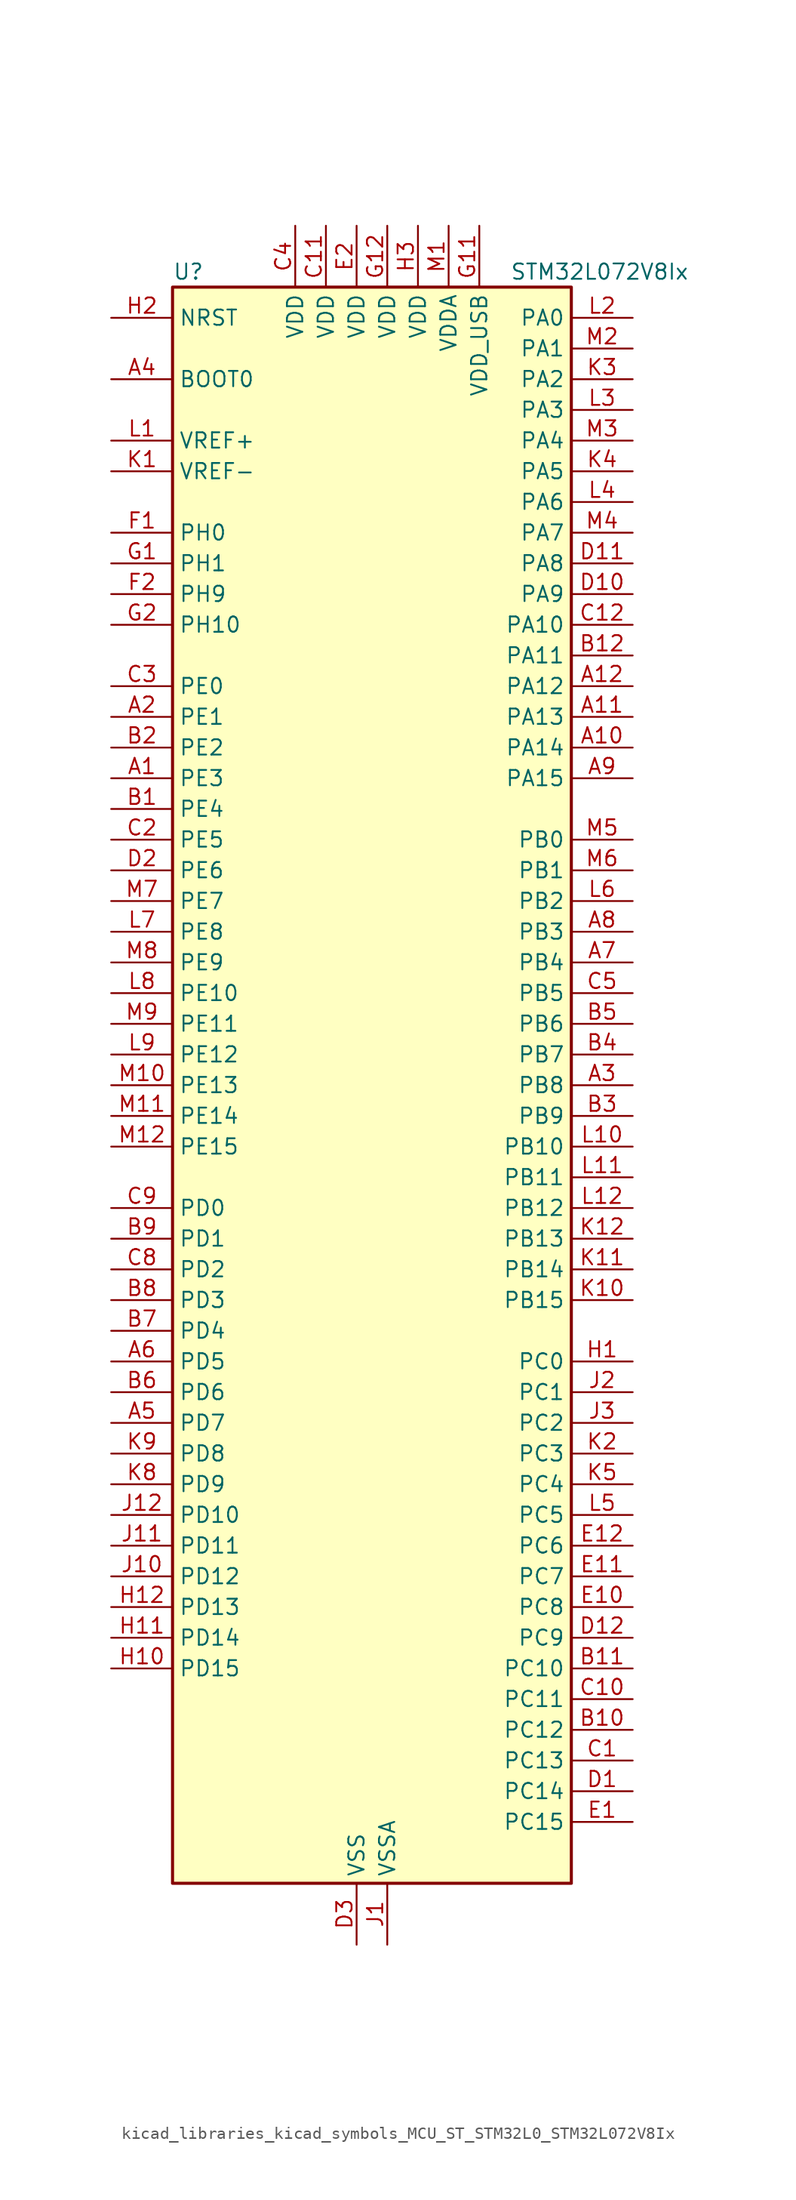
<source format=kicad_sym>
(kicad_symbol_lib
  (version 20220914)
  (generator kicad_symbol_editor)
  (symbol "kicad_libraries_kicad_symbols_MCU_ST_STM32L0_STM32L072V8Ix"
    (property "Reference" "U"
      (at -15.24 67.31 0)
      (effects (font (size 1.27 1.27)) (justify left)))
    (property "Value" "STM32L072V8Ix"
      (at 12.7 67.31 0)
      (effects (font (size 1.27 1.27)) (justify left)))
    (property "ki_locked" ""
      (at 0 0 0)
      (effects (font (size 1.27 1.27))))
    (symbol "kicad_libraries_kicad_symbols_MCU_ST_STM32L0_STM32L072V8Ix_0_1"
      (rectangle (start -15.24 -66.04) (end 17.78 66.04) (stroke (width 0.254) (type default)) (fill (type background))))
    (symbol "kicad_libraries_kicad_symbols_MCU_ST_STM32L0_STM32L072V8Ix_1_1"
      (pin bidirectional line (at -20.32 25.4 0) (length 5.08) (name "PE3" (effects (font (size 1.27 1.27)))) (number "A1" (effects (font (size 1.27 1.27)))) (alternate "TIM22_CH1" bidirectional line) (alternate "TIM3_CH1" bidirectional line))
      (pin bidirectional line (at 22.86 27.94 180) (length 5.08) (name "PA14" (effects (font (size 1.27 1.27)))) (number "A10" (effects (font (size 1.27 1.27)))) (alternate "LPUART1_TX" bidirectional line) (alternate "SYS_SWCLK" bidirectional line) (alternate "USART2_TX" bidirectional line))
      (pin bidirectional line (at 22.86 30.48 180) (length 5.08) (name "PA13" (effects (font (size 1.27 1.27)))) (number "A11" (effects (font (size 1.27 1.27)))) (alternate "LPUART1_RX" bidirectional line) (alternate "SYS_SWDIO" bidirectional line) (alternate "USB_NOE" bidirectional line))
      (pin bidirectional line (at 22.86 33.02 180) (length 5.08) (name "PA12" (effects (font (size 1.27 1.27)))) (number "A12" (effects (font (size 1.27 1.27)))) (alternate "COMP2_OUT" bidirectional line) (alternate "SPI1_MOSI" bidirectional line) (alternate "TSC_G4_IO4" bidirectional line) (alternate "USART1_DE" bidirectional line) (alternate "USART1_RTS" bidirectional line) (alternate "USB_DP" bidirectional line))
      (pin bidirectional line (at -20.32 30.48 0) (length 5.08) (name "PE1" (effects (font (size 1.27 1.27)))) (number "A2" (effects (font (size 1.27 1.27)))))
      (pin bidirectional line (at 22.86 0 180) (length 5.08) (name "PB8" (effects (font (size 1.27 1.27)))) (number "A3" (effects (font (size 1.27 1.27)))) (alternate "I2C1_SCL" bidirectional line) (alternate "TSC_SYNC" bidirectional line))
      (pin input line (at -20.32 58.42 0) (length 5.08) (name "BOOT0" (effects (font (size 1.27 1.27)))) (number "A4" (effects (font (size 1.27 1.27)))))
      (pin bidirectional line (at -20.32 -27.94 0) (length 5.08) (name "PD7" (effects (font (size 1.27 1.27)))) (number "A5" (effects (font (size 1.27 1.27)))) (alternate "TIM21_CH2" bidirectional line) (alternate "USART2_CK" bidirectional line))
      (pin bidirectional line (at -20.32 -22.86 0) (length 5.08) (name "PD5" (effects (font (size 1.27 1.27)))) (number "A6" (effects (font (size 1.27 1.27)))) (alternate "USART2_TX" bidirectional line))
      (pin bidirectional line (at 22.86 10.16 180) (length 5.08) (name "PB4" (effects (font (size 1.27 1.27)))) (number "A7" (effects (font (size 1.27 1.27)))) (alternate "COMP2_INP" bidirectional line) (alternate "I2C3_SDA" bidirectional line) (alternate "SPI1_MISO" bidirectional line) (alternate "TIM22_CH1" bidirectional line) (alternate "TIM3_CH1" bidirectional line) (alternate "TSC_G5_IO2" bidirectional line) (alternate "USART1_CTS" bidirectional line) (alternate "USART5_RX" bidirectional line))
      (pin bidirectional line (at 22.86 12.7 180) (length 5.08) (name "PB3" (effects (font (size 1.27 1.27)))) (number "A8" (effects (font (size 1.27 1.27)))) (alternate "COMP2_INM" bidirectional line) (alternate "SPI1_SCK" bidirectional line) (alternate "TIM2_CH2" bidirectional line) (alternate "TSC_G5_IO1" bidirectional line) (alternate "USART1_DE" bidirectional line) (alternate "USART1_RTS" bidirectional line) (alternate "USART5_TX" bidirectional line))
      (pin bidirectional line (at 22.86 25.4 180) (length 5.08) (name "PA15" (effects (font (size 1.27 1.27)))) (number "A9" (effects (font (size 1.27 1.27)))) (alternate "SPI1_NSS" bidirectional line) (alternate "TIM2_CH1" bidirectional line) (alternate "TIM2_ETR" bidirectional line) (alternate "USART2_RX" bidirectional line) (alternate "USART4_DE" bidirectional line) (alternate "USART4_RTS" bidirectional line))
      (pin bidirectional line (at -20.32 22.86 0) (length 5.08) (name "PE4" (effects (font (size 1.27 1.27)))) (number "B1" (effects (font (size 1.27 1.27)))) (alternate "TIM22_CH2" bidirectional line) (alternate "TIM3_CH2" bidirectional line))
      (pin bidirectional line (at 22.86 -53.34 180) (length 5.08) (name "PC12" (effects (font (size 1.27 1.27)))) (number "B10" (effects (font (size 1.27 1.27)))) (alternate "USART4_CK" bidirectional line) (alternate "USART5_TX" bidirectional line))
      (pin bidirectional line (at 22.86 -48.26 180) (length 5.08) (name "PC10" (effects (font (size 1.27 1.27)))) (number "B11" (effects (font (size 1.27 1.27)))) (alternate "LPUART1_TX" bidirectional line) (alternate "USART4_TX" bidirectional line))
      (pin bidirectional line (at 22.86 35.56 180) (length 5.08) (name "PA11" (effects (font (size 1.27 1.27)))) (number "B12" (effects (font (size 1.27 1.27)))) (alternate "ADC_EXTI11" bidirectional line) (alternate "COMP1_OUT" bidirectional line) (alternate "SPI1_MISO" bidirectional line) (alternate "TSC_G4_IO3" bidirectional line) (alternate "USART1_CTS" bidirectional line) (alternate "USB_DM" bidirectional line))
      (pin bidirectional line (at -20.32 27.94 0) (length 5.08) (name "PE2" (effects (font (size 1.27 1.27)))) (number "B2" (effects (font (size 1.27 1.27)))) (alternate "TIM3_ETR" bidirectional line))
      (pin bidirectional line (at 22.86 -2.54 180) (length 5.08) (name "PB9" (effects (font (size 1.27 1.27)))) (number "B3" (effects (font (size 1.27 1.27)))) (alternate "DAC_EXTI9" bidirectional line) (alternate "I2C1_SDA" bidirectional line) (alternate "I2S2_WS" bidirectional line) (alternate "SPI2_NSS" bidirectional line))
      (pin bidirectional line (at 22.86 2.54 180) (length 5.08) (name "PB7" (effects (font (size 1.27 1.27)))) (number "B4" (effects (font (size 1.27 1.27)))) (alternate "COMP2_INP" bidirectional line) (alternate "I2C1_SDA" bidirectional line) (alternate "LPTIM1_IN2" bidirectional line) (alternate "SYS_PVD_IN" bidirectional line) (alternate "TSC_G5_IO4" bidirectional line) (alternate "USART1_RX" bidirectional line) (alternate "USART4_CTS" bidirectional line))
      (pin bidirectional line (at 22.86 5.08 180) (length 5.08) (name "PB6" (effects (font (size 1.27 1.27)))) (number "B5" (effects (font (size 1.27 1.27)))) (alternate "COMP2_INP" bidirectional line) (alternate "I2C1_SCL" bidirectional line) (alternate "LPTIM1_ETR" bidirectional line) (alternate "TSC_G5_IO3" bidirectional line) (alternate "USART1_TX" bidirectional line))
      (pin bidirectional line (at -20.32 -25.4 0) (length 5.08) (name "PD6" (effects (font (size 1.27 1.27)))) (number "B6" (effects (font (size 1.27 1.27)))) (alternate "USART2_RX" bidirectional line))
      (pin bidirectional line (at -20.32 -20.32 0) (length 5.08) (name "PD4" (effects (font (size 1.27 1.27)))) (number "B7" (effects (font (size 1.27 1.27)))) (alternate "I2S2_SD" bidirectional line) (alternate "SPI2_MOSI" bidirectional line) (alternate "USART2_DE" bidirectional line) (alternate "USART2_RTS" bidirectional line))
      (pin bidirectional line (at -20.32 -17.78 0) (length 5.08) (name "PD3" (effects (font (size 1.27 1.27)))) (number "B8" (effects (font (size 1.27 1.27)))) (alternate "I2S2_MCK" bidirectional line) (alternate "SPI2_MISO" bidirectional line) (alternate "USART2_CTS" bidirectional line))
      (pin bidirectional line (at -20.32 -12.7 0) (length 5.08) (name "PD1" (effects (font (size 1.27 1.27)))) (number "B9" (effects (font (size 1.27 1.27)))) (alternate "I2S2_CK" bidirectional line) (alternate "SPI2_SCK" bidirectional line))
      (pin bidirectional line (at 22.86 -55.88 180) (length 5.08) (name "PC13" (effects (font (size 1.27 1.27)))) (number "C1" (effects (font (size 1.27 1.27)))) (alternate "RTC_OUT_ALARM" bidirectional line) (alternate "RTC_OUT_CALIB" bidirectional line) (alternate "RTC_TAMP1" bidirectional line) (alternate "RTC_TS" bidirectional line) (alternate "SYS_WKUP2" bidirectional line))
      (pin bidirectional line (at 22.86 -50.8 180) (length 5.08) (name "PC11" (effects (font (size 1.27 1.27)))) (number "C10" (effects (font (size 1.27 1.27)))) (alternate "ADC_EXTI11" bidirectional line) (alternate "LPUART1_RX" bidirectional line) (alternate "USART4_RX" bidirectional line))
      (pin power_in line (at -2.54 71.12 270) (length 5.08) (name "VDD" (effects (font (size 1.27 1.27)))) (number "C11" (effects (font (size 1.27 1.27)))))
      (pin bidirectional line (at 22.86 38.1 180) (length 5.08) (name "PA10" (effects (font (size 1.27 1.27)))) (number "C12" (effects (font (size 1.27 1.27)))) (alternate "I2C1_SDA" bidirectional line) (alternate "TSC_G4_IO2" bidirectional line) (alternate "USART1_RX" bidirectional line))
      (pin bidirectional line (at -20.32 20.32 0) (length 5.08) (name "PE5" (effects (font (size 1.27 1.27)))) (number "C2" (effects (font (size 1.27 1.27)))) (alternate "TIM21_CH1" bidirectional line) (alternate "TIM3_CH3" bidirectional line))
      (pin bidirectional line (at -20.32 33.02 0) (length 5.08) (name "PE0" (effects (font (size 1.27 1.27)))) (number "C3" (effects (font (size 1.27 1.27)))))
      (pin power_in line (at -5.08 71.12 270) (length 5.08) (name "VDD" (effects (font (size 1.27 1.27)))) (number "C4" (effects (font (size 1.27 1.27)))))
      (pin bidirectional line (at 22.86 7.62 180) (length 5.08) (name "PB5" (effects (font (size 1.27 1.27)))) (number "C5" (effects (font (size 1.27 1.27)))) (alternate "COMP2_INP" bidirectional line) (alternate "I2C1_SMBA" bidirectional line) (alternate "LPTIM1_IN1" bidirectional line) (alternate "SPI1_MOSI" bidirectional line) (alternate "TIM22_CH2" bidirectional line) (alternate "TIM3_CH2" bidirectional line) (alternate "USART1_CK" bidirectional line) (alternate "USART5_CK" bidirectional line) (alternate "USART5_DE" bidirectional line) (alternate "USART5_RTS" bidirectional line))
      (pin bidirectional line (at -20.32 -15.24 0) (length 5.08) (name "PD2" (effects (font (size 1.27 1.27)))) (number "C8" (effects (font (size 1.27 1.27)))) (alternate "LPUART1_DE" bidirectional line) (alternate "LPUART1_RTS" bidirectional line) (alternate "TIM3_ETR" bidirectional line) (alternate "USART5_RX" bidirectional line))
      (pin bidirectional line (at -20.32 -10.16 0) (length 5.08) (name "PD0" (effects (font (size 1.27 1.27)))) (number "C9" (effects (font (size 1.27 1.27)))) (alternate "I2S2_WS" bidirectional line) (alternate "SPI2_NSS" bidirectional line) (alternate "TIM21_CH1" bidirectional line))
      (pin bidirectional line (at 22.86 -58.42 180) (length 5.08) (name "PC14" (effects (font (size 1.27 1.27)))) (number "D1" (effects (font (size 1.27 1.27)))) (alternate "RCC_OSC32_IN" bidirectional line))
      (pin bidirectional line (at 22.86 40.64 180) (length 5.08) (name "PA9" (effects (font (size 1.27 1.27)))) (number "D10" (effects (font (size 1.27 1.27)))) (alternate "DAC_EXTI9" bidirectional line) (alternate "I2C1_SCL" bidirectional line) (alternate "I2C3_SMBA" bidirectional line) (alternate "RCC_MCO" bidirectional line) (alternate "TSC_G4_IO1" bidirectional line) (alternate "USART1_TX" bidirectional line))
      (pin bidirectional line (at 22.86 43.18 180) (length 5.08) (name "PA8" (effects (font (size 1.27 1.27)))) (number "D11" (effects (font (size 1.27 1.27)))) (alternate "CRS_SYNC" bidirectional line) (alternate "I2C3_SCL" bidirectional line) (alternate "RCC_MCO" bidirectional line) (alternate "USART1_CK" bidirectional line))
      (pin bidirectional line (at 22.86 -45.72 180) (length 5.08) (name "PC9" (effects (font (size 1.27 1.27)))) (number "D12" (effects (font (size 1.27 1.27)))) (alternate "DAC_EXTI9" bidirectional line) (alternate "I2C3_SDA" bidirectional line) (alternate "TIM21_ETR" bidirectional line) (alternate "TIM3_CH4" bidirectional line) (alternate "TSC_G8_IO4" bidirectional line) (alternate "USB_NOE" bidirectional line))
      (pin bidirectional line (at -20.32 17.78 0) (length 5.08) (name "PE6" (effects (font (size 1.27 1.27)))) (number "D2" (effects (font (size 1.27 1.27)))) (alternate "RTC_TAMP3" bidirectional line) (alternate "SYS_WKUP3" bidirectional line) (alternate "TIM21_CH2" bidirectional line) (alternate "TIM3_CH4" bidirectional line))
      (pin power_in line (at 0 -71.12 90) (length 5.08) (name "VSS" (effects (font (size 1.27 1.27)))) (number "D3" (effects (font (size 1.27 1.27)))))
      (pin bidirectional line (at 22.86 -60.96 180) (length 5.08) (name "PC15" (effects (font (size 1.27 1.27)))) (number "E1" (effects (font (size 1.27 1.27)))) (alternate "RCC_OSC32_OUT" bidirectional line))
      (pin bidirectional line (at 22.86 -43.18 180) (length 5.08) (name "PC8" (effects (font (size 1.27 1.27)))) (number "E10" (effects (font (size 1.27 1.27)))) (alternate "TIM22_ETR" bidirectional line) (alternate "TIM3_CH3" bidirectional line) (alternate "TSC_G8_IO3" bidirectional line))
      (pin bidirectional line (at 22.86 -40.64 180) (length 5.08) (name "PC7" (effects (font (size 1.27 1.27)))) (number "E11" (effects (font (size 1.27 1.27)))) (alternate "TIM22_CH2" bidirectional line) (alternate "TIM3_CH2" bidirectional line) (alternate "TSC_G8_IO2" bidirectional line))
      (pin bidirectional line (at 22.86 -38.1 180) (length 5.08) (name "PC6" (effects (font (size 1.27 1.27)))) (number "E12" (effects (font (size 1.27 1.27)))) (alternate "TIM22_CH1" bidirectional line) (alternate "TIM3_CH1" bidirectional line) (alternate "TSC_G8_IO1" bidirectional line))
      (pin power_in line (at 0 71.12 270) (length 5.08) (name "VDD" (effects (font (size 1.27 1.27)))) (number "E2" (effects (font (size 1.27 1.27)))))
      (pin passive line (at 0 -71.12 90) (length 5.08) hide (name "VSS" (effects (font (size 1.27 1.27)))) (number "E3" (effects (font (size 1.27 1.27)))))
      (pin bidirectional line (at -20.32 45.72 0) (length 5.08) (name "PH0" (effects (font (size 1.27 1.27)))) (number "F1" (effects (font (size 1.27 1.27)))) (alternate "CRS_SYNC" bidirectional line) (alternate "RCC_OSC_IN" bidirectional line))
      (pin passive line (at 0 -71.12 90) (length 5.08) hide (name "VSS" (effects (font (size 1.27 1.27)))) (number "F11" (effects (font (size 1.27 1.27)))))
      (pin passive line (at 0 -71.12 90) (length 5.08) hide (name "VSS" (effects (font (size 1.27 1.27)))) (number "F12" (effects (font (size 1.27 1.27)))))
      (pin bidirectional line (at -20.32 40.64 0) (length 5.08) (name "PH9" (effects (font (size 1.27 1.27)))) (number "F2" (effects (font (size 1.27 1.27)))) (alternate "DAC_EXTI9" bidirectional line))
      (pin bidirectional line (at -20.32 43.18 0) (length 5.08) (name "PH1" (effects (font (size 1.27 1.27)))) (number "G1" (effects (font (size 1.27 1.27)))) (alternate "RCC_OSC_OUT" bidirectional line))
      (pin power_in line (at 10.16 71.12 270) (length 5.08) (name "VDD_USB" (effects (font (size 1.27 1.27)))) (number "G11" (effects (font (size 1.27 1.27)))))
      (pin power_in line (at 2.54 71.12 270) (length 5.08) (name "VDD" (effects (font (size 1.27 1.27)))) (number "G12" (effects (font (size 1.27 1.27)))))
      (pin bidirectional line (at -20.32 38.1 0) (length 5.08) (name "PH10" (effects (font (size 1.27 1.27)))) (number "G2" (effects (font (size 1.27 1.27)))))
      (pin bidirectional line (at 22.86 -22.86 180) (length 5.08) (name "PC0" (effects (font (size 1.27 1.27)))) (number "H1" (effects (font (size 1.27 1.27)))) (alternate "ADC_IN10" bidirectional line) (alternate "I2C3_SCL" bidirectional line) (alternate "LPTIM1_IN1" bidirectional line) (alternate "LPUART1_RX" bidirectional line) (alternate "TSC_G7_IO1" bidirectional line))
      (pin bidirectional line (at -20.32 -48.26 0) (length 5.08) (name "PD15" (effects (font (size 1.27 1.27)))) (number "H10" (effects (font (size 1.27 1.27)))) (alternate "CRS_SYNC" bidirectional line))
      (pin bidirectional line (at -20.32 -45.72 0) (length 5.08) (name "PD14" (effects (font (size 1.27 1.27)))) (number "H11" (effects (font (size 1.27 1.27)))))
      (pin bidirectional line (at -20.32 -43.18 0) (length 5.08) (name "PD13" (effects (font (size 1.27 1.27)))) (number "H12" (effects (font (size 1.27 1.27)))))
      (pin input line (at -20.32 63.5 0) (length 5.08) (name "NRST" (effects (font (size 1.27 1.27)))) (number "H2" (effects (font (size 1.27 1.27)))))
      (pin power_in line (at 5.08 71.12 270) (length 5.08) (name "VDD" (effects (font (size 1.27 1.27)))) (number "H3" (effects (font (size 1.27 1.27)))))
      (pin power_in line (at 2.54 -71.12 90) (length 5.08) (name "VSSA" (effects (font (size 1.27 1.27)))) (number "J1" (effects (font (size 1.27 1.27)))))
      (pin bidirectional line (at -20.32 -40.64 0) (length 5.08) (name "PD12" (effects (font (size 1.27 1.27)))) (number "J10" (effects (font (size 1.27 1.27)))) (alternate "LPUART1_DE" bidirectional line) (alternate "LPUART1_RTS" bidirectional line))
      (pin bidirectional line (at -20.32 -38.1 0) (length 5.08) (name "PD11" (effects (font (size 1.27 1.27)))) (number "J11" (effects (font (size 1.27 1.27)))) (alternate "ADC_EXTI11" bidirectional line) (alternate "LPUART1_CTS" bidirectional line))
      (pin bidirectional line (at -20.32 -35.56 0) (length 5.08) (name "PD10" (effects (font (size 1.27 1.27)))) (number "J12" (effects (font (size 1.27 1.27)))))
      (pin bidirectional line (at 22.86 -25.4 180) (length 5.08) (name "PC1" (effects (font (size 1.27 1.27)))) (number "J2" (effects (font (size 1.27 1.27)))) (alternate "ADC_IN11" bidirectional line) (alternate "I2C3_SDA" bidirectional line) (alternate "LPTIM1_OUT" bidirectional line) (alternate "LPUART1_TX" bidirectional line) (alternate "TSC_G7_IO2" bidirectional line))
      (pin bidirectional line (at 22.86 -27.94 180) (length 5.08) (name "PC2" (effects (font (size 1.27 1.27)))) (number "J3" (effects (font (size 1.27 1.27)))) (alternate "ADC_IN12" bidirectional line) (alternate "I2S2_MCK" bidirectional line) (alternate "LPTIM1_IN2" bidirectional line) (alternate "SPI2_MISO" bidirectional line) (alternate "TSC_G7_IO3" bidirectional line))
      (pin input line (at -20.32 50.8 0) (length 5.08) (name "VREF-" (effects (font (size 1.27 1.27)))) (number "K1" (effects (font (size 1.27 1.27)))))
      (pin bidirectional line (at 22.86 -17.78 180) (length 5.08) (name "PB15" (effects (font (size 1.27 1.27)))) (number "K10" (effects (font (size 1.27 1.27)))) (alternate "I2S2_SD" bidirectional line) (alternate "RTC_REFIN" bidirectional line) (alternate "SPI2_MOSI" bidirectional line))
      (pin bidirectional line (at 22.86 -15.24 180) (length 5.08) (name "PB14" (effects (font (size 1.27 1.27)))) (number "K11" (effects (font (size 1.27 1.27)))) (alternate "I2C2_SDA" bidirectional line) (alternate "I2S2_MCK" bidirectional line) (alternate "LPUART1_DE" bidirectional line) (alternate "LPUART1_RTS" bidirectional line) (alternate "RTC_OUT_ALARM" bidirectional line) (alternate "RTC_OUT_CALIB" bidirectional line) (alternate "SPI2_MISO" bidirectional line) (alternate "TIM21_CH2" bidirectional line) (alternate "TSC_G6_IO4" bidirectional line))
      (pin bidirectional line (at 22.86 -12.7 180) (length 5.08) (name "PB13" (effects (font (size 1.27 1.27)))) (number "K12" (effects (font (size 1.27 1.27)))) (alternate "I2C2_SCL" bidirectional line) (alternate "I2S2_CK" bidirectional line) (alternate "LPUART1_CTS" bidirectional line) (alternate "RCC_MCO" bidirectional line) (alternate "SPI2_SCK" bidirectional line) (alternate "TIM21_CH1" bidirectional line) (alternate "TSC_G6_IO3" bidirectional line))
      (pin bidirectional line (at 22.86 -30.48 180) (length 5.08) (name "PC3" (effects (font (size 1.27 1.27)))) (number "K2" (effects (font (size 1.27 1.27)))) (alternate "ADC_IN13" bidirectional line) (alternate "I2S2_SD" bidirectional line) (alternate "LPTIM1_ETR" bidirectional line) (alternate "SPI2_MOSI" bidirectional line) (alternate "TSC_G7_IO4" bidirectional line))
      (pin bidirectional line (at 22.86 58.42 180) (length 5.08) (name "PA2" (effects (font (size 1.27 1.27)))) (number "K3" (effects (font (size 1.27 1.27)))) (alternate "ADC_IN2" bidirectional line) (alternate "COMP2_INM" bidirectional line) (alternate "COMP2_OUT" bidirectional line) (alternate "LPUART1_TX" bidirectional line) (alternate "TIM21_CH1" bidirectional line) (alternate "TIM2_CH3" bidirectional line) (alternate "TSC_G1_IO3" bidirectional line) (alternate "USART2_TX" bidirectional line))
      (pin bidirectional line (at 22.86 50.8 180) (length 5.08) (name "PA5" (effects (font (size 1.27 1.27)))) (number "K4" (effects (font (size 1.27 1.27)))) (alternate "ADC_IN5" bidirectional line) (alternate "COMP1_INM" bidirectional line) (alternate "COMP2_INM" bidirectional line) (alternate "DAC_OUT2" bidirectional line) (alternate "SPI1_SCK" bidirectional line) (alternate "TIM2_CH1" bidirectional line) (alternate "TIM2_ETR" bidirectional line) (alternate "TSC_G2_IO2" bidirectional line))
      (pin bidirectional line (at 22.86 -33.02 180) (length 5.08) (name "PC4" (effects (font (size 1.27 1.27)))) (number "K5" (effects (font (size 1.27 1.27)))) (alternate "ADC_IN14" bidirectional line) (alternate "LPUART1_TX" bidirectional line))
      (pin bidirectional line (at -20.32 -33.02 0) (length 5.08) (name "PD9" (effects (font (size 1.27 1.27)))) (number "K8" (effects (font (size 1.27 1.27)))) (alternate "DAC_EXTI9" bidirectional line) (alternate "LPUART1_RX" bidirectional line))
      (pin bidirectional line (at -20.32 -30.48 0) (length 5.08) (name "PD8" (effects (font (size 1.27 1.27)))) (number "K9" (effects (font (size 1.27 1.27)))) (alternate "LPUART1_TX" bidirectional line))
      (pin input line (at -20.32 53.34 0) (length 5.08) (name "VREF+" (effects (font (size 1.27 1.27)))) (number "L1" (effects (font (size 1.27 1.27)))))
      (pin bidirectional line (at 22.86 -5.08 180) (length 5.08) (name "PB10" (effects (font (size 1.27 1.27)))) (number "L10" (effects (font (size 1.27 1.27)))) (alternate "I2C2_SCL" bidirectional line) (alternate "LPUART1_RX" bidirectional line) (alternate "LPUART1_TX" bidirectional line) (alternate "SPI2_SCK" bidirectional line) (alternate "TIM2_CH3" bidirectional line) (alternate "TSC_SYNC" bidirectional line))
      (pin bidirectional line (at 22.86 -7.62 180) (length 5.08) (name "PB11" (effects (font (size 1.27 1.27)))) (number "L11" (effects (font (size 1.27 1.27)))) (alternate "ADC_EXTI11" bidirectional line) (alternate "I2C2_SDA" bidirectional line) (alternate "LPUART1_RX" bidirectional line) (alternate "LPUART1_TX" bidirectional line) (alternate "TIM2_CH4" bidirectional line) (alternate "TSC_G6_IO1" bidirectional line))
      (pin bidirectional line (at 22.86 -10.16 180) (length 5.08) (name "PB12" (effects (font (size 1.27 1.27)))) (number "L12" (effects (font (size 1.27 1.27)))) (alternate "I2S2_WS" bidirectional line) (alternate "LPUART1_DE" bidirectional line) (alternate "LPUART1_RTS" bidirectional line) (alternate "SPI2_NSS" bidirectional line) (alternate "TSC_G6_IO2" bidirectional line))
      (pin bidirectional line (at 22.86 63.5 180) (length 5.08) (name "PA0" (effects (font (size 1.27 1.27)))) (number "L2" (effects (font (size 1.27 1.27)))) (alternate "ADC_IN0" bidirectional line) (alternate "COMP1_INM" bidirectional line) (alternate "COMP1_OUT" bidirectional line) (alternate "RTC_TAMP2" bidirectional line) (alternate "SYS_WKUP1" bidirectional line) (alternate "TIM2_CH1" bidirectional line) (alternate "TIM2_ETR" bidirectional line) (alternate "TSC_G1_IO1" bidirectional line) (alternate "USART2_CTS" bidirectional line) (alternate "USART4_TX" bidirectional line))
      (pin bidirectional line (at 22.86 55.88 180) (length 5.08) (name "PA3" (effects (font (size 1.27 1.27)))) (number "L3" (effects (font (size 1.27 1.27)))) (alternate "ADC_IN3" bidirectional line) (alternate "COMP2_INP" bidirectional line) (alternate "LPUART1_RX" bidirectional line) (alternate "TIM21_CH2" bidirectional line) (alternate "TIM2_CH4" bidirectional line) (alternate "TSC_G1_IO4" bidirectional line) (alternate "USART2_RX" bidirectional line))
      (pin bidirectional line (at 22.86 48.26 180) (length 5.08) (name "PA6" (effects (font (size 1.27 1.27)))) (number "L4" (effects (font (size 1.27 1.27)))) (alternate "ADC_IN6" bidirectional line) (alternate "COMP1_OUT" bidirectional line) (alternate "LPUART1_CTS" bidirectional line) (alternate "SPI1_MISO" bidirectional line) (alternate "TIM22_CH1" bidirectional line) (alternate "TIM3_CH1" bidirectional line) (alternate "TSC_G2_IO3" bidirectional line))
      (pin bidirectional line (at 22.86 -35.56 180) (length 5.08) (name "PC5" (effects (font (size 1.27 1.27)))) (number "L5" (effects (font (size 1.27 1.27)))) (alternate "ADC_IN15" bidirectional line) (alternate "LPUART1_RX" bidirectional line) (alternate "TSC_G3_IO1" bidirectional line))
      (pin bidirectional line (at 22.86 15.24 180) (length 5.08) (name "PB2" (effects (font (size 1.27 1.27)))) (number "L6" (effects (font (size 1.27 1.27)))) (alternate "I2C3_SMBA" bidirectional line) (alternate "LPTIM1_OUT" bidirectional line) (alternate "TSC_G3_IO4" bidirectional line))
      (pin bidirectional line (at -20.32 12.7 0) (length 5.08) (name "PE8" (effects (font (size 1.27 1.27)))) (number "L7" (effects (font (size 1.27 1.27)))) (alternate "USART4_TX" bidirectional line))
      (pin bidirectional line (at -20.32 7.62 0) (length 5.08) (name "PE10" (effects (font (size 1.27 1.27)))) (number "L8" (effects (font (size 1.27 1.27)))) (alternate "TIM2_CH2" bidirectional line) (alternate "USART5_TX" bidirectional line))
      (pin bidirectional line (at -20.32 2.54 0) (length 5.08) (name "PE12" (effects (font (size 1.27 1.27)))) (number "L9" (effects (font (size 1.27 1.27)))) (alternate "SPI1_NSS" bidirectional line) (alternate "TIM2_CH4" bidirectional line))
      (pin power_in line (at 7.62 71.12 270) (length 5.08) (name "VDDA" (effects (font (size 1.27 1.27)))) (number "M1" (effects (font (size 1.27 1.27)))))
      (pin bidirectional line (at -20.32 0 0) (length 5.08) (name "PE13" (effects (font (size 1.27 1.27)))) (number "M10" (effects (font (size 1.27 1.27)))) (alternate "SPI1_SCK" bidirectional line))
      (pin bidirectional line (at -20.32 -2.54 0) (length 5.08) (name "PE14" (effects (font (size 1.27 1.27)))) (number "M11" (effects (font (size 1.27 1.27)))) (alternate "SPI1_MISO" bidirectional line))
      (pin bidirectional line (at -20.32 -5.08 0) (length 5.08) (name "PE15" (effects (font (size 1.27 1.27)))) (number "M12" (effects (font (size 1.27 1.27)))) (alternate "SPI1_MOSI" bidirectional line))
      (pin bidirectional line (at 22.86 60.96 180) (length 5.08) (name "PA1" (effects (font (size 1.27 1.27)))) (number "M2" (effects (font (size 1.27 1.27)))) (alternate "ADC_IN1" bidirectional line) (alternate "COMP1_INP" bidirectional line) (alternate "TIM21_ETR" bidirectional line) (alternate "TIM2_CH2" bidirectional line) (alternate "TSC_G1_IO2" bidirectional line) (alternate "USART2_DE" bidirectional line) (alternate "USART2_RTS" bidirectional line) (alternate "USART4_RX" bidirectional line))
      (pin bidirectional line (at 22.86 53.34 180) (length 5.08) (name "PA4" (effects (font (size 1.27 1.27)))) (number "M3" (effects (font (size 1.27 1.27)))) (alternate "ADC_IN4" bidirectional line) (alternate "COMP1_INM" bidirectional line) (alternate "COMP2_INM" bidirectional line) (alternate "DAC_OUT1" bidirectional line) (alternate "SPI1_NSS" bidirectional line) (alternate "TIM22_ETR" bidirectional line) (alternate "TSC_G2_IO1" bidirectional line) (alternate "USART2_CK" bidirectional line))
      (pin bidirectional line (at 22.86 45.72 180) (length 5.08) (name "PA7" (effects (font (size 1.27 1.27)))) (number "M4" (effects (font (size 1.27 1.27)))) (alternate "ADC_IN7" bidirectional line) (alternate "COMP2_OUT" bidirectional line) (alternate "SPI1_MOSI" bidirectional line) (alternate "TIM22_CH2" bidirectional line) (alternate "TIM3_CH2" bidirectional line) (alternate "TSC_G2_IO4" bidirectional line))
      (pin bidirectional line (at 22.86 20.32 180) (length 5.08) (name "PB0" (effects (font (size 1.27 1.27)))) (number "M5" (effects (font (size 1.27 1.27)))) (alternate "ADC_IN8" bidirectional line) (alternate "SYS_VREF_OUT_PB0" bidirectional line) (alternate "TIM3_CH3" bidirectional line) (alternate "TSC_G3_IO2" bidirectional line))
      (pin bidirectional line (at 22.86 17.78 180) (length 5.08) (name "PB1" (effects (font (size 1.27 1.27)))) (number "M6" (effects (font (size 1.27 1.27)))) (alternate "ADC_IN9" bidirectional line) (alternate "LPUART1_DE" bidirectional line) (alternate "LPUART1_RTS" bidirectional line) (alternate "SYS_VREF_OUT_PB1" bidirectional line) (alternate "TIM3_CH4" bidirectional line) (alternate "TSC_G3_IO3" bidirectional line))
      (pin bidirectional line (at -20.32 15.24 0) (length 5.08) (name "PE7" (effects (font (size 1.27 1.27)))) (number "M7" (effects (font (size 1.27 1.27)))) (alternate "USART5_CK" bidirectional line) (alternate "USART5_DE" bidirectional line) (alternate "USART5_RTS" bidirectional line))
      (pin bidirectional line (at -20.32 10.16 0) (length 5.08) (name "PE9" (effects (font (size 1.27 1.27)))) (number "M8" (effects (font (size 1.27 1.27)))) (alternate "DAC_EXTI9" bidirectional line) (alternate "TIM2_CH1" bidirectional line) (alternate "TIM2_ETR" bidirectional line) (alternate "USART4_RX" bidirectional line))
      (pin bidirectional line (at -20.32 5.08 0) (length 5.08) (name "PE11" (effects (font (size 1.27 1.27)))) (number "M9" (effects (font (size 1.27 1.27)))) (alternate "ADC_EXTI11" bidirectional line) (alternate "TIM2_CH3" bidirectional line) (alternate "USART5_RX" bidirectional line)))))
</source>
